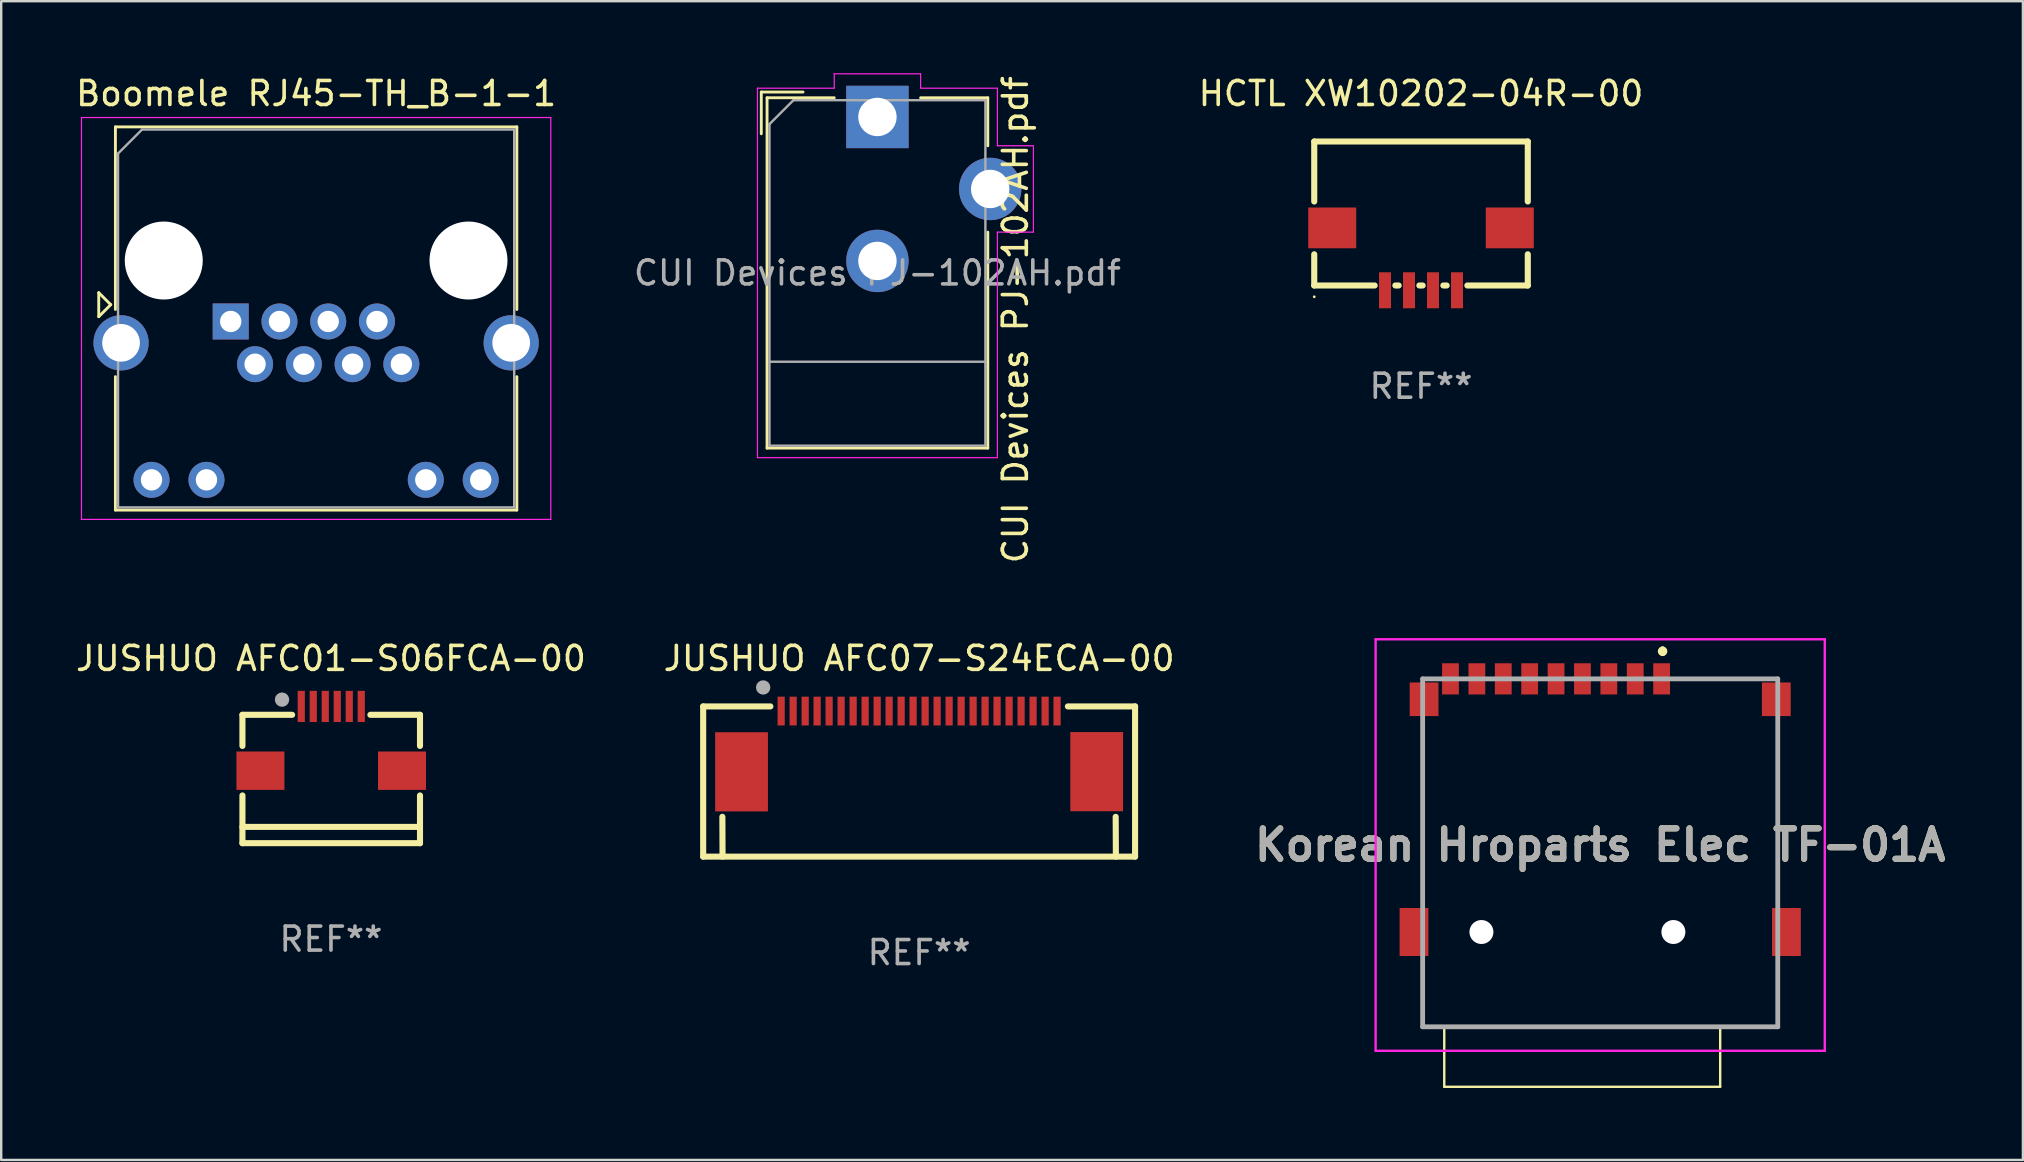
<source format=kicad_pcb>
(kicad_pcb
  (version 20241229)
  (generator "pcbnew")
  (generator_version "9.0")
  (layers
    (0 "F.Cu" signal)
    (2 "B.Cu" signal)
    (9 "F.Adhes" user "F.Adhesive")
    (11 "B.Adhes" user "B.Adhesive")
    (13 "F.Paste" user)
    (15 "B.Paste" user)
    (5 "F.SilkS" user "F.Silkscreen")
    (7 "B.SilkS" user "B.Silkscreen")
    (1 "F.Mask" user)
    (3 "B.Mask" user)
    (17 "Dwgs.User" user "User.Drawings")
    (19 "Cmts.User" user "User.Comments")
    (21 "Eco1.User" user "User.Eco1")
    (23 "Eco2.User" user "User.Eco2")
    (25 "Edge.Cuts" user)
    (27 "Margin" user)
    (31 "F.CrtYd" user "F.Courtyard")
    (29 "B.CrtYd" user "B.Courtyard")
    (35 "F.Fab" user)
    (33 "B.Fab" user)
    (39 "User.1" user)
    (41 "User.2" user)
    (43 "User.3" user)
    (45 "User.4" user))
  (footprint "CUI Devices PJ-102AH.pdf"
    (layer "F.Cu")
    (at 33.518 1.825)
    (property "Reference" "CUI Devices PJ-102AH.pdf" (at 5.75 8.45 90) (layer "F.SilkS") (effects (font (size 1 1) (thickness 0.15))))
    (attr through_hole)
    (fp_line (start -4.84 -1.04) (end -3.1 -1.04) (stroke (width 0.12) (type solid)) (layer "F.SilkS"))
    (fp_line (start -4.84 0.7) (end -4.84 -1.04) (stroke (width 0.12) (type solid)) (layer "F.SilkS"))
    (fp_line (start -4.6 -0.8) (end -1.8 -0.8) (stroke (width 0.12) (type solid)) (layer "F.SilkS"))
    (fp_line (start -4.6 13.8) (end -4.6 -0.8) (stroke (width 0.12) (type solid)) (layer "F.SilkS"))
    (fp_line (start 1.8 -0.8) (end 4.6 -0.8) (stroke (width 0.12) (type solid)) (layer "F.SilkS"))
    (fp_line (start 4.6 -0.8) (end 4.6 1.2) (stroke (width 0.12) (type solid)) (layer "F.SilkS"))
    (fp_line (start 4.6 4.8) (end 4.6 13.8) (stroke (width 0.12) (type solid)) (layer "F.SilkS"))
    (fp_line (start 4.6 13.8) (end -4.6 13.8) (stroke (width 0.12) (type solid)) (layer "F.SilkS"))
    (fp_line (start -5 -1.2) (end -1.8 -1.2) (stroke (width 0.05) (type solid)) (layer "F.CrtYd"))
    (fp_line (start -5 14.2) (end -5 -1.2) (stroke (width 0.05) (type solid)) (layer "F.CrtYd"))
    (fp_line (start -1.8 -1.8) (end 1.8 -1.8) (stroke (width 0.05) (type solid)) (layer "F.CrtYd"))
    (fp_line (start -1.8 -1.2) (end -1.8 -1.8) (stroke (width 0.05) (type solid)) (layer "F.CrtYd"))
    (fp_line (start 1.8 -1.8) (end 1.8 -1.2) (stroke (width 0.05) (type solid)) (layer "F.CrtYd"))
    (fp_line (start 1.8 -1.2) (end 5 -1.2) (stroke (width 0.05) (type solid)) (layer "F.CrtYd"))
    (fp_line (start 5 -1.2) (end 5 1.2) (stroke (width 0.05) (type solid)) (layer "F.CrtYd"))
    (fp_line (start 5 1.2) (end 6.5 1.2) (stroke (width 0.05) (type solid)) (layer "F.CrtYd"))
    (fp_line (start 5 4.8) (end 5 14.2) (stroke (width 0.05) (type solid)) (layer "F.CrtYd"))
    (fp_line (start 5 14.2) (end -5 14.2) (stroke (width 0.05) (type solid)) (layer "F.CrtYd"))
    (fp_line (start 6.5 1.2) (end 6.5 4.8) (stroke (width 0.05) (type solid)) (layer "F.CrtYd"))
    (fp_line (start 6.5 4.8) (end 5 4.8) (stroke (width 0.05) (type solid)) (layer "F.CrtYd"))
    (fp_line (start -4.5 0.3) (end -3.5 -0.7) (stroke (width 0.1) (type solid)) (layer "F.Fab"))
    (fp_line (start -4.5 10.2) (end 4.5 10.2) (stroke (width 0.1) (type solid)) (layer "F.Fab"))
    (fp_line (start -4.5 13.7) (end -4.5 0.3) (stroke (width 0.1) (type solid)) (layer "F.Fab"))
    (fp_line (start -3.5 -0.7) (end 4.5 -0.7) (stroke (width 0.1) (type solid)) (layer "F.Fab"))
    (fp_line (start 4.5 -0.7) (end 4.5 13.7) (stroke (width 0.1) (type solid)) (layer "F.Fab"))
    (fp_line (start 4.5 13.7) (end -4.5 13.7) (stroke (width 0.1) (type solid)) (layer "F.Fab"))
    (fp_text user "${REFERENCE}" (at 0 6.5 0) (layer "F.Fab") (effects (font (size 1 1) (thickness 0.15))))
    (pad "1" thru_hole rect (at 0 0) (size 2.6 2.6) (drill 1.6) (layers "*.Cu" "*.Mask"))
    (pad "2" thru_hole circle (at 0 6) (size 2.6 2.6) (drill 1.6) (layers "*.Cu" "*.Mask"))
    (pad "3" thru_hole circle (at 4.7 3) (size 2.6 2.6) (drill 1.6) (layers "*.Cu" "*.Mask")))
  (footprint "JUSHUO AFC01-S06FCA-00"
    (layer "F.Cu")
    (at 10.754 27.731)
    (property "Reference" "JUSHUO AFC01-S06FCA-00" (at -0.01 -3.339 0) (layer "F.SilkS") (effects (font (size 1 1) (thickness 0.15))))
    (attr smd)
    (fp_line (start -3.7 -0.99) (end -3.7 0.308) (stroke (width 0.254) (type solid)) (layer "F.SilkS"))
    (fp_line (start -3.7 2.37) (end -3.7 4.36) (stroke (width 0.254) (type solid)) (layer "F.SilkS"))
    (fp_line (start -3.7 3.682) (end 3.7 3.682) (stroke (width 0.254) (type solid)) (layer "F.SilkS"))
    (fp_line (start -3.7 4.36) (end 3.7 4.36) (stroke (width 0.254) (type solid)) (layer "F.SilkS"))
    (fp_line (start -1.629 -0.99) (end -3.7 -0.99) (stroke (width 0.254) (type solid)) (layer "F.SilkS"))
    (fp_line (start 3.7 -0.99) (end 1.633 -0.99) (stroke (width 0.254) (type solid)) (layer "F.SilkS"))
    (fp_line (start 3.7 0.308) (end 3.7 -0.99) (stroke (width 0.254) (type solid)) (layer "F.SilkS"))
    (fp_line (start 3.7 4.36) (end 3.7 2.37) (stroke (width 0.254) (type solid)) (layer "F.SilkS"))
    (fp_circle (center -2.05 -1.623) (end -1.923 -1.623) (stroke (width 0.254) (type solid)) (fill no) (layer "F.SilkS"))
    (fp_circle (center -2.05 -1.623) (end -1.9 -1.623) (stroke (width 0.3) (type solid)) (fill no) (layer "F.Fab"))
    (fp_text user "REF**" (at -0.01 8.36 0) (layer "F.Fab") (effects (font (size 1 1) (thickness 0.15))))
    (pad "1" smd rect (at -1.248 -1.339 180) (size 0.3 1.3) (layers "F.Cu" "F.Mask" "F.Paste"))
    (pad "2" smd rect (at -0.748 -1.339 180) (size 0.3 1.3) (layers "F.Cu" "F.Mask" "F.Paste"))
    (pad "3" smd rect (at -0.248 -1.339 180) (size 0.3 1.3) (layers "F.Cu" "F.Mask" "F.Paste"))
    (pad "4" smd rect (at 0.252 -1.339 180) (size 0.3 1.3) (layers "F.Cu" "F.Mask" "F.Paste"))
    (pad "5" smd rect (at 0.752 -1.339 180) (size 0.3 1.3) (layers "F.Cu" "F.Mask" "F.Paste"))
    (pad "6" smd rect (at 1.252 -1.339 180) (size 0.3 1.3) (layers "F.Cu" "F.Mask" "F.Paste"))
    (pad "7" smd rect (at -2.95 1.339 90) (size 1.6 2) (layers "F.Cu" "F.Mask" "F.Paste"))
    (pad "8" smd rect (at 2.95 1.339 90) (size 1.6 2) (layers "F.Cu" "F.Mask" "F.Paste")))
  (footprint "JUSHUO AFC07-S24ECA-00"
    (layer "F.Cu")
    (at 35.256 27.851)
    (property "Reference" "JUSHUO AFC07-S24ECA-00" (at 0.000025 -3.46 0) (layer "F.SilkS") (effects (font (size 1 1) (thickness 0.15))))
    (attr smd)
    (fp_line (start -9 4.8) (end -9 -1.46) (stroke (width 0.254) (type solid)) (layer "F.SilkS"))
    (fp_line (start -9 4.8) (end 9 4.8) (stroke (width 0.254) (type solid)) (layer "F.SilkS"))
    (fp_line (start -9 -1.46) (end -6.2 -1.46) (stroke (width 0.254) (type solid)) (layer "F.SilkS"))
    (fp_line (start -8.192 4.8) (end -8.2 3.141) (stroke (width 0.254) (type solid)) (layer "F.SilkS"))
    (fp_line (start 6.2 -1.46) (end 9 -1.46) (stroke (width 0.254) (type solid)) (layer "F.SilkS"))
    (fp_line (start 8.192 3.141) (end 8.2 4.8) (stroke (width 0.254) (type solid)) (layer "F.SilkS"))
    (fp_line (start 9 -1.46) (end 9 4.8) (stroke (width 0.254) (type solid)) (layer "F.SilkS"))
    (fp_circle (center -6.5 -2.25) (end -6.373 -2.25) (stroke (width 0.254) (type solid)) (fill no) (layer "F.SilkS"))
    (fp_circle (center -6.5 -2.25) (end -6.35 -2.25) (stroke (width 0.3) (type solid)) (fill no) (layer "F.Fab"))
    (fp_text user "REF**" (at 0.000025 8.8 0) (layer "F.Fab") (effects (font (size 1 1) (thickness 0.15))))
    (pad "1" smd rect (at -5.75 -1.266 180) (size 0.3 1.2) (layers "F.Cu" "F.Mask" "F.Paste"))
    (pad "2" smd rect (at -5.25 -1.266 180) (size 0.3 1.2) (layers "F.Cu" "F.Mask" "F.Paste"))
    (pad "3" smd rect (at -4.749 -1.266 180) (size 0.3 1.2) (layers "F.Cu" "F.Mask" "F.Paste"))
    (pad "4" smd rect (at -4.251 -1.266 180) (size 0.3 1.2) (layers "F.Cu" "F.Mask" "F.Paste"))
    (pad "5" smd rect (at -3.751 -1.266 180) (size 0.3 1.2) (layers "F.Cu" "F.Mask" "F.Paste"))
    (pad "6" smd rect (at -3.251 -1.266 180) (size 0.3 1.2) (layers "F.Cu" "F.Mask" "F.Paste"))
    (pad "7" smd rect (at -2.75 -1.266 180) (size 0.3 1.2) (layers "F.Cu" "F.Mask" "F.Paste"))
    (pad "8" smd rect (at -2.25 -1.266 180) (size 0.3 1.2) (layers "F.Cu" "F.Mask" "F.Paste"))
    (pad "9" smd rect (at -1.749 -1.266 180) (size 0.3 1.2) (layers "F.Cu" "F.Mask" "F.Paste"))
    (pad "10" smd rect (at -1.25 -1.266 180) (size 0.3 1.2) (layers "F.Cu" "F.Mask" "F.Paste"))
    (pad "11" smd rect (at -0.75 -1.266 180) (size 0.3 1.2) (layers "F.Cu" "F.Mask" "F.Paste"))
    (pad "12" smd rect (at -0.251 -1.266 180) (size 0.3 1.2) (layers "F.Cu" "F.Mask" "F.Paste"))
    (pad "13" smd rect (at 0.25 -1.266 180) (size 0.3 1.2) (layers "F.Cu" "F.Mask" "F.Paste"))
    (pad "14" smd rect (at 0.75 -1.266 180) (size 0.3 1.2) (layers "F.Cu" "F.Mask" "F.Paste"))
    (pad "15" smd rect (at 1.25 -1.266 180) (size 0.3 1.2) (layers "F.Cu" "F.Mask" "F.Paste"))
    (pad "16" smd rect (at 1.751 -1.266 180) (size 0.3 1.2) (layers "F.Cu" "F.Mask" "F.Paste"))
    (pad "17" smd rect (at 2.25 -1.266 180) (size 0.3 1.2) (layers "F.Cu" "F.Mask" "F.Paste"))
    (pad "18" smd rect (at 2.749 -1.266 180) (size 0.3 1.2) (layers "F.Cu" "F.Mask" "F.Paste"))
    (pad "19" smd rect (at 3.249 -1.266 180) (size 0.3 1.2) (layers "F.Cu" "F.Mask" "F.Paste"))
    (pad "20" smd rect (at 3.75 -1.266 180) (size 0.3 1.2) (layers "F.Cu" "F.Mask" "F.Paste"))
    (pad "21" smd rect (at 4.25 -1.266 180) (size 0.3 1.2) (layers "F.Cu" "F.Mask" "F.Paste"))
    (pad "22" smd rect (at 4.75 -1.266 180) (size 0.3 1.2) (layers "F.Cu" "F.Mask" "F.Paste"))
    (pad "23" smd rect (at 5.251 -1.266 180) (size 0.3 1.2) (layers "F.Cu" "F.Mask" "F.Paste"))
    (pad "24" smd rect (at 5.75 -1.266 180) (size 0.3 1.2) (layers "F.Cu" "F.Mask" "F.Paste"))
    (pad "NC" smd rect (at -7.401 1.266) (size 2.2 3.3) (layers "F.Cu" "F.Mask" "F.Paste"))
    (pad "NC" smd rect (at 7.401 1.259 180) (size 2.2 3.3) (layers "F.Cu" "F.Mask" "F.Paste")))
  (footprint "Korean Hroparts Elec TF-01A"
    (layer "F.Cu")
    (at 63.641 32.493)
    (property "Reference" "Korean Hroparts Elec TF-01A" (at 0 -0.325 0) (layer "F.SilkS") (effects (font (size 1.27 1.27) (thickness 0.254))))
    (attr through_hole)
    (fp_line (start -7.4 -5) (end -7.4 1.5) (stroke (width 0.1) (type solid)) (layer "F.SilkS"))
    (fp_line (start -7.4 5) (end -7.4 7.25) (stroke (width 0.1) (type solid)) (layer "F.SilkS"))
    (fp_line (start -7.4 7.25) (end 7.4 7.25) (stroke (width 0.1) (type solid)) (layer "F.SilkS"))
    (fp_line (start -6.5 7.25) (end -6.5 9.75) (stroke (width 0.1) (type solid)) (layer "F.SilkS"))
    (fp_line (start -6.5 9.75) (end 5 9.75) (stroke (width 0.1) (type solid)) (layer "F.SilkS"))
    (fp_line (start 2.6 -8.5) (end 2.6 -8.5) (stroke (width 0.2) (type solid)) (layer "F.SilkS"))
    (fp_line (start 2.6 -8.3) (end 2.6 -8.3) (stroke (width 0.2) (type solid)) (layer "F.SilkS"))
    (fp_line (start 3.5 -7.25) (end 6.5 -7.25) (stroke (width 0.1) (type solid)) (layer "F.SilkS"))
    (fp_line (start 5 7.25) (end 5 9.75) (stroke (width 0.1) (type solid)) (layer "F.SilkS"))
    (fp_line (start 7.4 1.5) (end 7.4 -5) (stroke (width 0.1) (type solid)) (layer "F.SilkS"))
    (fp_line (start 7.4 7.25) (end 7.4 5.5) (stroke (width 0.1) (type solid)) (layer "F.SilkS"))
    (fp_arc (start 2.6 -8.5) (mid 2.7 -8.4) (end 2.6 -8.3) (stroke (width 0.2) (type solid)) (layer "F.SilkS"))
    (fp_arc (start 2.6 -8.3) (mid 2.5 -8.4) (end 2.6 -8.5) (stroke (width 0.2) (type solid)) (layer "F.SilkS"))
    (fp_line (start -9.36 -8.9) (end 9.36 -8.9) (stroke (width 0.1) (type solid)) (layer "F.CrtYd"))
    (fp_line (start -9.36 8.25) (end -9.36 -8.9) (stroke (width 0.1) (type solid)) (layer "F.CrtYd"))
    (fp_line (start 9.36 -8.9) (end 9.36 8.25) (stroke (width 0.1) (type solid)) (layer "F.CrtYd"))
    (fp_line (start 9.36 8.25) (end -9.36 8.25) (stroke (width 0.1) (type solid)) (layer "F.CrtYd"))
    (fp_line (start -7.4 -7.25) (end 7.4 -7.25) (stroke (width 0.2) (type solid)) (layer "F.Fab"))
    (fp_line (start -7.4 7.25) (end -7.4 -7.25) (stroke (width 0.2) (type solid)) (layer "F.Fab"))
    (fp_line (start 7.4 -7.25) (end 7.4 7.25) (stroke (width 0.2) (type solid)) (layer "F.Fab"))
    (fp_line (start 7.4 7.25) (end -7.4 7.25) (stroke (width 0.2) (type solid)) (layer "F.Fab"))
    (fp_text user "${REFERENCE}" (at 0 -0.325 0) (layer "F.Fab") (effects (font (size 1.27 1.27) (thickness 0.254))))
    (pad "" np_thru_hole circle (at -4.95 3.3) (size 1 1) (drill 1) (layers "*.Cu" "*.Mask"))
    (pad "" np_thru_hole circle (at 3.05 3.3) (size 1 1) (drill 1) (layers "*.Cu" "*.Mask"))
    (pad "1" smd rect (at 2.56 -7.25) (size 0.7 1.3) (layers "F.Cu" "F.Mask" "F.Paste"))
    (pad "2" smd rect (at 1.46 -7.25) (size 0.7 1.3) (layers "F.Cu" "F.Mask" "F.Paste"))
    (pad "3" smd rect (at 0.36 -7.25) (size 0.7 1.3) (layers "F.Cu" "F.Mask" "F.Paste"))
    (pad "4" smd rect (at -0.74 -7.25) (size 0.7 1.3) (layers "F.Cu" "F.Mask" "F.Paste"))
    (pad "5" smd rect (at -1.84 -7.25) (size 0.7 1.3) (layers "F.Cu" "F.Mask" "F.Paste"))
    (pad "6" smd rect (at -2.94 -7.25) (size 0.7 1.3) (layers "F.Cu" "F.Mask" "F.Paste"))
    (pad "7" smd rect (at -4.04 -7.25) (size 0.7 1.3) (layers "F.Cu" "F.Mask" "F.Paste"))
    (pad "8" smd rect (at -5.14 -7.25) (size 0.7 1.3) (layers "F.Cu" "F.Mask" "F.Paste"))
    (pad "9" smd rect (at -6.24 -7.25) (size 0.7 1.3) (layers "F.Cu" "F.Mask" "F.Paste"))
    (pad "10" smd rect (at -7.76 3.3) (size 1.2 2) (layers "F.Cu" "F.Mask" "F.Paste"))
    (pad "10" smd rect (at -7.34 -6.4) (size 1.2 1.4) (layers "F.Cu" "F.Mask" "F.Paste"))
    (pad "10" smd rect (at 7.34 -6.4) (size 1.2 1.4) (layers "F.Cu" "F.Mask" "F.Paste"))
    (pad "10" smd rect (at 7.76 3.3) (size 1.2 2) (layers "F.Cu" "F.Mask" "F.Paste")))
  (footprint "Boomele RJ45-TH_B-1-1"
    (layer "F.Cu")
    (at 6.565 10.348)
    (property "Reference" "Boomele RJ45-TH_B-1-1" (at 3.56 -9.5 0) (layer "F.SilkS") (effects (font (size 1 1) (thickness 0.15))))
    (attr through_hole)
    (fp_line (start -5.5 -1.2) (end -5 -0.7) (stroke (width 0.12) (type solid)) (layer "F.SilkS"))
    (fp_line (start -5.5 -0.2) (end -5.5 -1.2) (stroke (width 0.12) (type solid)) (layer "F.SilkS"))
    (fp_line (start -5 -0.7) (end -5.5 -0.2) (stroke (width 0.12) (type solid)) (layer "F.SilkS"))
    (fp_line (start -4.805 -8.11) (end -4.805 -0.5) (stroke (width 0.12) (type solid)) (layer "F.SilkS"))
    (fp_line (start -4.805 -8.11) (end 11.925 -8.11) (stroke (width 0.12) (type solid)) (layer "F.SilkS"))
    (fp_line (start -4.805 7.86) (end -4.805 2.3) (stroke (width 0.12) (type solid)) (layer "F.SilkS"))
    (fp_line (start -4.805 7.86) (end 11.925 7.86) (stroke (width 0.12) (type solid)) (layer "F.SilkS"))
    (fp_line (start 11.925 -8.11) (end 11.925 -0.5) (stroke (width 0.12) (type solid)) (layer "F.SilkS"))
    (fp_line (start 11.925 7.86) (end 11.925 2.3) (stroke (width 0.12) (type solid)) (layer "F.SilkS"))
    (fp_line (start -6.22 -8.5) (end -6.22 8.25) (stroke (width 0.05) (type solid)) (layer "F.CrtYd"))
    (fp_line (start -6.22 -8.5) (end 13.34 -8.5) (stroke (width 0.05) (type solid)) (layer "F.CrtYd"))
    (fp_line (start -6.22 8.25) (end 13.34 8.25) (stroke (width 0.05) (type solid)) (layer "F.CrtYd"))
    (fp_line (start 13.34 -8.5) (end 13.34 8.25) (stroke (width 0.05) (type solid)) (layer "F.CrtYd"))
    (fp_line (start -4.695 -7) (end -4.695 7.75) (stroke (width 0.1) (type solid)) (layer "F.Fab"))
    (fp_line (start -4.695 -7) (end -3.695 -8) (stroke (width 0.1) (type solid)) (layer "F.Fab"))
    (fp_line (start -4.695 7.75) (end 11.815 7.75) (stroke (width 0.1) (type solid)) (layer "F.Fab"))
    (fp_line (start -3.695 -8) (end 11.815 -8) (stroke (width 0.1) (type solid)) (layer "F.Fab"))
    (fp_line (start 11.815 -8) (end 11.815 7.75) (stroke (width 0.1) (type solid)) (layer "F.Fab"))
    (pad "" np_thru_hole circle (at -2.79 -2.54) (size 3.25 3.25) (drill 3.25) (layers "*.Cu" "*.Mask"))
    (pad "" np_thru_hole circle (at 9.91 -2.54) (size 3.25 3.25) (drill 3.25) (layers "*.Cu" "*.Mask"))
    (pad "1" thru_hole rect (at 0 0) (size 1.5 1.5) (drill 0.89) (layers "*.Cu" "*.Mask"))
    (pad "2" thru_hole circle (at 1.016 1.78) (size 1.5 1.5) (drill 0.89) (layers "*.Cu" "*.Mask"))
    (pad "3" thru_hole circle (at 2.032 0) (size 1.5 1.5) (drill 0.89) (layers "*.Cu" "*.Mask"))
    (pad "4" thru_hole circle (at 3.048 1.78) (size 1.5 1.5) (drill 0.89) (layers "*.Cu" "*.Mask"))
    (pad "5" thru_hole circle (at 4.064 0) (size 1.5 1.5) (drill 0.89) (layers "*.Cu" "*.Mask"))
    (pad "6" thru_hole circle (at 5.08 1.78) (size 1.5 1.5) (drill 0.89) (layers "*.Cu" "*.Mask"))
    (pad "7" thru_hole circle (at 6.096 0) (size 1.5 1.5) (drill 0.89) (layers "*.Cu" "*.Mask"))
    (pad "8" thru_hole circle (at 7.112 1.78) (size 1.5 1.5) (drill 0.89) (layers "*.Cu" "*.Mask"))
    (pad "9" thru_hole circle (at -3.3 6.6) (size 1.5 1.5) (drill 0.89) (layers "*.Cu" "*.Mask"))
    (pad "10" thru_hole circle (at -1.01 6.6) (size 1.5 1.5) (drill 0.89) (layers "*.Cu" "*.Mask"))
    (pad "11" thru_hole circle (at 8.13 6.6) (size 1.5 1.5) (drill 0.89) (layers "*.Cu" "*.Mask"))
    (pad "12" thru_hole circle (at 10.42 6.6) (size 1.5 1.5) (drill 0.89) (layers "*.Cu" "*.Mask"))
    (pad "SH" thru_hole circle (at -4.57 0.89) (size 2.3 2.3) (drill 1.57) (layers "*.Cu" "*.Mask"))
    (pad "SH" thru_hole circle (at 11.69 0.89) (size 2.3 2.3) (drill 1.57) (layers "*.Cu" "*.Mask")))
  (footprint "HCTL XW10202-04R-00"
    (layer "F.Cu")
    (at 56.173 7.748)
    (property "Reference" "HCTL XW10202-04R-00" (at -0.000038 -6.9 0) (layer "F.SilkS") (effects (font (size 1 1) (thickness 0.15))))
    (attr smd)
    (fp_line (start -4.45 -4.9) (end 4.45 -4.9) (stroke (width 0.254) (type solid)) (layer "F.SilkS"))
    (fp_line (start -4.45 -2.4) (end -4.45 -4.9) (stroke (width 0.254) (type solid)) (layer "F.SilkS"))
    (fp_line (start -4.45 1.1) (end -4.45 -0.2) (stroke (width 0.254) (type solid)) (layer "F.SilkS"))
    (fp_line (start -1.931 1.1) (end -4.45 1.1) (stroke (width 0.254) (type solid)) (layer "F.SilkS"))
    (fp_line (start -0.931 1.1) (end -1.069 1.1) (stroke (width 0.254) (type solid)) (layer "F.SilkS"))
    (fp_line (start 0.069 1.1) (end -0.069 1.1) (stroke (width 0.254) (type solid)) (layer "F.SilkS"))
    (fp_line (start 1.069 1.1) (end 0.931 1.1) (stroke (width 0.254) (type solid)) (layer "F.SilkS"))
    (fp_line (start 4.45 -4.9) (end 4.45 -2.4) (stroke (width 0.254) (type solid)) (layer "F.SilkS"))
    (fp_line (start 4.45 -0.2) (end 4.45 1.1) (stroke (width 0.254) (type solid)) (layer "F.SilkS"))
    (fp_line (start 4.45 1.1) (end 1.931 1.1) (stroke (width 0.254) (type solid)) (layer "F.SilkS"))
    (fp_circle (center -4.45 1.571) (end -4.42 1.571) (stroke (width 0.06) (type solid)) (fill no) (layer "F.SilkS"))
    (fp_text user "REF**" (at -0.000038 5.3 0) (layer "F.Fab") (effects (font (size 1 1) (thickness 0.15))))
    (pad "1" smd rect (at -1.5 1.3 180) (size 0.5 1.5) (layers "F.Cu" "F.Mask" "F.Paste"))
    (pad "2" smd rect (at -0.5 1.3 180) (size 0.5 1.5) (layers "F.Cu" "F.Mask" "F.Paste"))
    (pad "3" smd rect (at 0.5 1.3 180) (size 0.5 1.5) (layers "F.Cu" "F.Mask" "F.Paste"))
    (pad "4" smd rect (at 1.5 1.3 180) (size 0.5 1.5) (layers "F.Cu" "F.Mask" "F.Paste"))
    (pad "5" smd rect (at 3.7 -1.3 180) (size 2 1.7) (layers "F.Cu" "F.Mask" "F.Paste"))
    (pad "6" smd rect (at -3.7 -1.3 180) (size 2 1.7) (layers "F.Cu" "F.Mask" "F.Paste")))
  (gr_rect
    (start -3 -3)
    (end 81.258 45.293)
    (stroke (width 0.1) (type default))
    (fill no)
    (layer "Edge.Cuts")))
</source>
